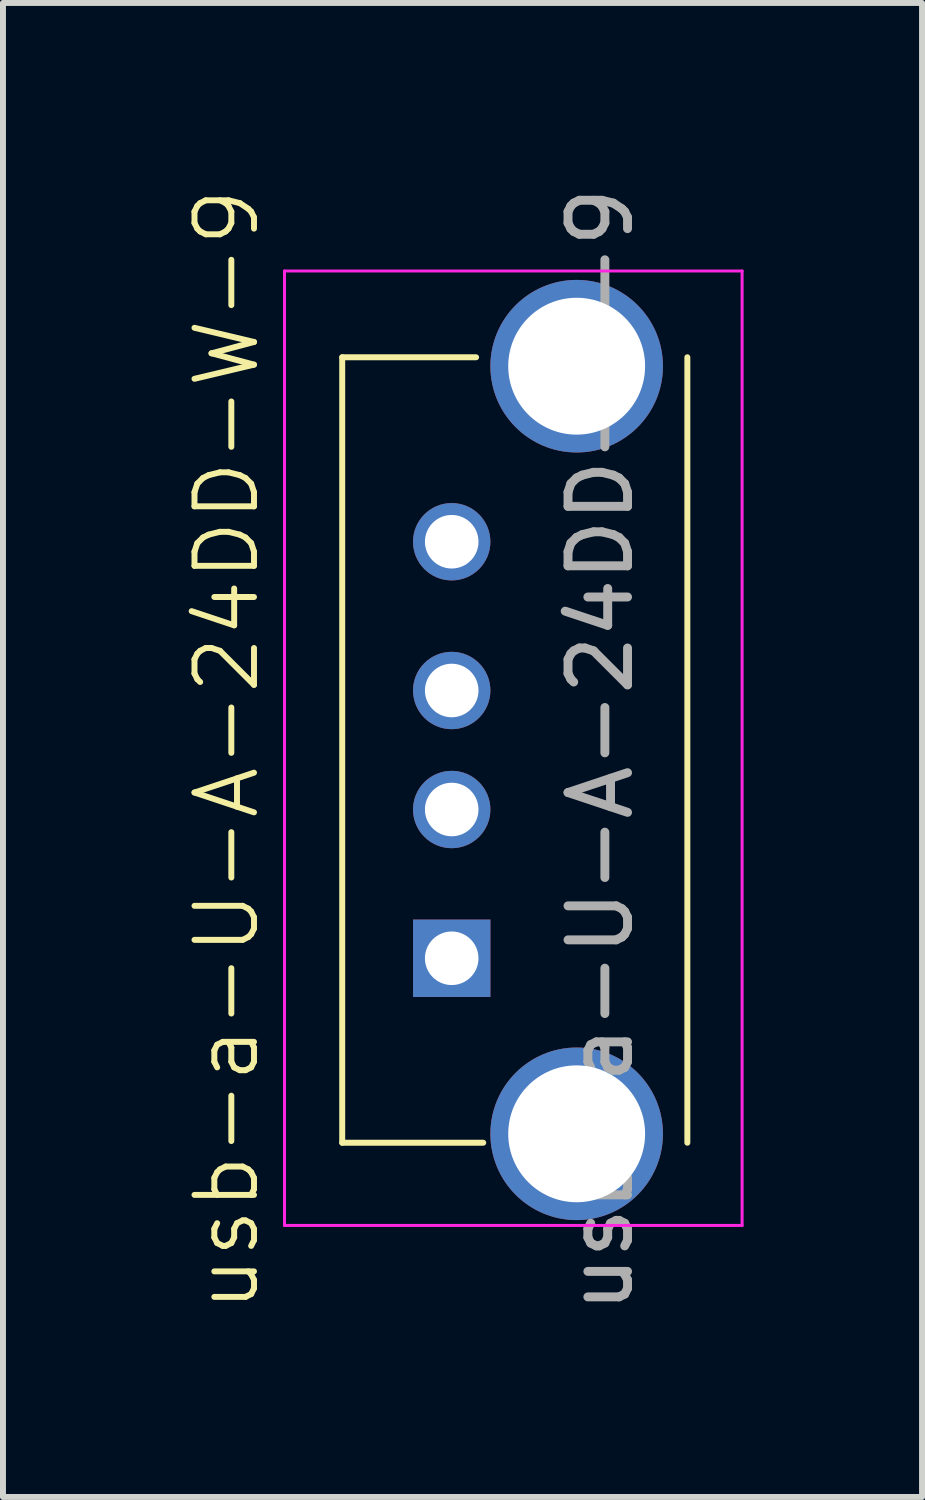
<source format=kicad_pcb>
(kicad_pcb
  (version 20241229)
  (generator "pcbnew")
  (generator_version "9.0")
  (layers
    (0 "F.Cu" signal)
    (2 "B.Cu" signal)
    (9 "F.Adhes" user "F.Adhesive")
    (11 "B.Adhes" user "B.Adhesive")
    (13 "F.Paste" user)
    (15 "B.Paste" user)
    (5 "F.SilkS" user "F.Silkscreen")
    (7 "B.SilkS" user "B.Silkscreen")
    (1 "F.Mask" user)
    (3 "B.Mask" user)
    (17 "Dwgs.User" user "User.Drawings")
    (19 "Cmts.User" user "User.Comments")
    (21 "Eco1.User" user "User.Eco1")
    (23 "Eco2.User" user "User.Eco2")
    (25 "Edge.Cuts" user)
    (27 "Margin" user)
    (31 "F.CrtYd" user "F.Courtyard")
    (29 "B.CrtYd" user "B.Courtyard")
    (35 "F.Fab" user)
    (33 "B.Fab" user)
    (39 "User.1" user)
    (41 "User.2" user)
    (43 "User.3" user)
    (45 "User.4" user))
  (footprint "usb-a-U-A-24DD-W-9"
    (layer "F.Cu")
    (at 5.601 9.554)
    (property "Reference" "usb-a-U-A-24DD-W-9" (at -4.84 0 90) (unlocked yes) (layer "F.SilkS") (effects (font (size 1 1) (thickness 0.1))))
    (attr through_hole)
    (fp_line (start -2.9 -6.6) (end -0.65 -6.6) (stroke (width 0.1) (type default)) (layer "F.SilkS"))
    (fp_line (start -2.9 6.6) (end -2.9 -6.6) (stroke (width 0.1) (type default)) (layer "F.SilkS"))
    (fp_line (start -2.9 6.6) (end -0.53 6.6) (stroke (width 0.1) (type default)) (layer "F.SilkS"))
    (fp_line (start 2.9 6.6) (end 2.9 -6.6) (stroke (width 0.1) (type default)) (layer "F.SilkS"))
    (fp_line (start -3.87 -8.05) (end 3.82 -8.05) (stroke (width 0.05) (type solid)) (layer "F.CrtYd"))
    (fp_line (start -3.87 7.99) (end -3.87 -8.05) (stroke (width 0.05) (type solid)) (layer "F.CrtYd"))
    (fp_line (start 3.82 -8.05) (end 3.82 7.99) (stroke (width 0.05) (type solid)) (layer "F.CrtYd"))
    (fp_line (start 3.82 7.99) (end -3.87 7.99) (stroke (width 0.05) (type solid)) (layer "F.CrtYd"))
    (fp_text user "${REFERENCE}" (at 1.44 0 90) (unlocked yes) (layer "F.Fab") (effects (font (size 1 1) (thickness 0.15))))
    (pad "1" thru_hole rect (at -1.06 3.5 90) (size 1.3 1.3) (drill 0.9) (layers "*.Cu" "*.Mask"))
    (pad "2" thru_hole circle (at -1.06 1 90) (size 1.3 1.3) (drill 0.9) (layers "*.Cu" "*.Mask"))
    (pad "3" thru_hole circle (at -1.06 -1 90) (size 1.3 1.3) (drill 0.9) (layers "*.Cu" "*.Mask"))
    (pad "4" thru_hole circle (at -1.06 -3.5 90) (size 1.3 1.3) (drill 0.9) (layers "*.Cu" "*.Mask"))
    (pad "5" thru_hole circle (at 1.04 -6.45 90) (size 2.9 2.9) (drill 2.3) (layers "*.Cu" "*.Mask"))
    (pad "5" thru_hole circle (at 1.04 6.45 90) (size 2.9 2.9) (drill 2.3) (layers "*.Cu" "*.Mask")))
  (gr_rect
    (start -3 -3)
    (end 12.445 22.107)
    (stroke (width 0.1) (type default))
    (fill no)
    (layer "Edge.Cuts")))
</source>
